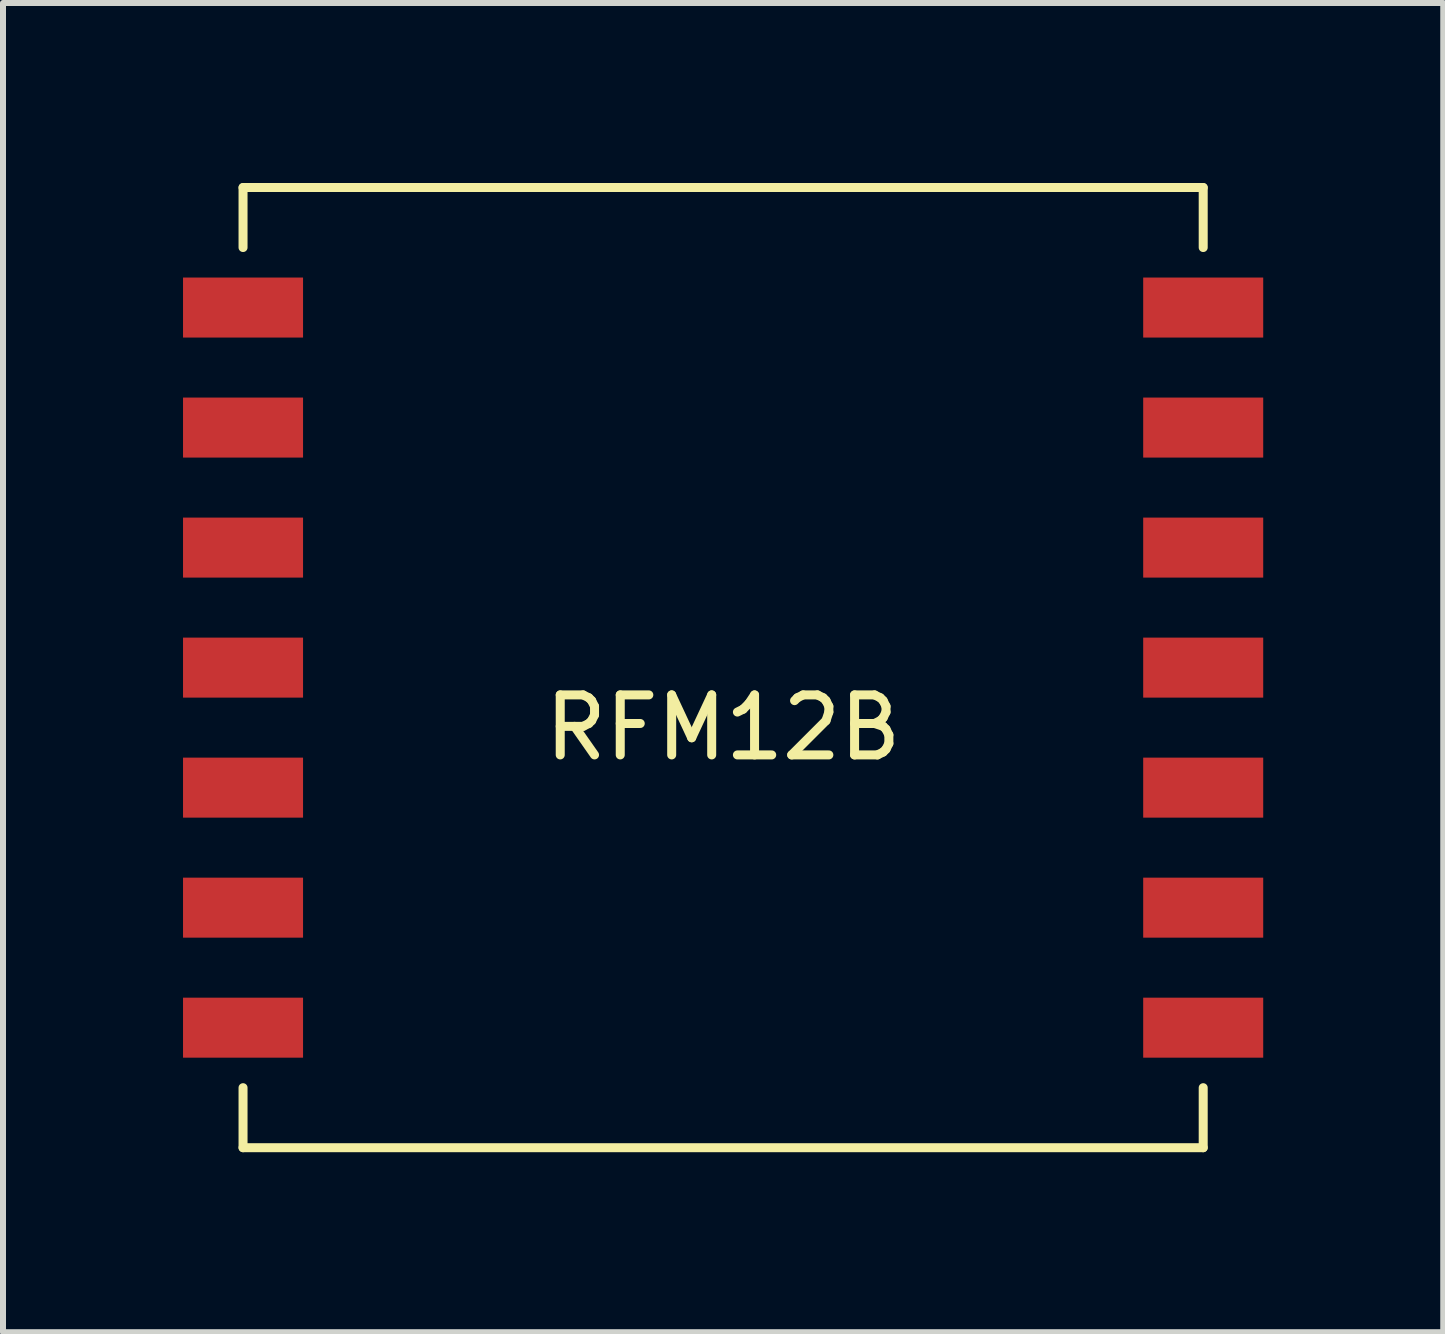
<source format=kicad_pcb>
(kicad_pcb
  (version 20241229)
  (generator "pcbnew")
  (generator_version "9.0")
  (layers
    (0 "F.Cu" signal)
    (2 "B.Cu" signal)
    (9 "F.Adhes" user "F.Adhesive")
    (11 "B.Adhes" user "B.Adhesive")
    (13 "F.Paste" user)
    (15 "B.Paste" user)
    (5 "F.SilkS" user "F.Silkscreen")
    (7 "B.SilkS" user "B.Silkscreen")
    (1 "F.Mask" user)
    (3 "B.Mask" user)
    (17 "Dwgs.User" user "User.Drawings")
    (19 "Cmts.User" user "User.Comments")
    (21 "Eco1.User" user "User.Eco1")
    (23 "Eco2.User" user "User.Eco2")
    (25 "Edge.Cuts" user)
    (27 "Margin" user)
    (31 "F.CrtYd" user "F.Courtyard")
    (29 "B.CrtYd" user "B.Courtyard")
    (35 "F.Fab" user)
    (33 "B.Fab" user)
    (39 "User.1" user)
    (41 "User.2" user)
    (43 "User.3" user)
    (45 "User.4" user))
  (footprint "RFM12B"
    (layer "F.Cu")
    (at 9 8.075)
    (property "Reference" "RFM12B" (at 0 1 0) (layer "F.SilkS") (effects (font (size 1 1) (thickness 0.15))))
    (attr through_hole)
    (fp_line (start -8 -8) (end 8 -8) (stroke (width 0.15) (type solid)) (layer "F.SilkS"))
    (fp_line (start -8 -7) (end -8 -8) (stroke (width 0.15) (type solid)) (layer "F.SilkS"))
    (fp_line (start -8 7) (end -8 8) (stroke (width 0.15) (type solid)) (layer "F.SilkS"))
    (fp_line (start -8 8) (end 8 8) (stroke (width 0.15) (type solid)) (layer "F.SilkS"))
    (fp_line (start 8 -8) (end 8 -7) (stroke (width 0.15) (type solid)) (layer "F.SilkS"))
    (fp_line (start 8 8) (end 8 7) (stroke (width 0.15) (type solid)) (layer "F.SilkS"))
    (pad "1" smd rect (at -8 -6) (size 2 1) (layers "F.Cu" "F.Mask" "F.Paste"))
    (pad "2" smd rect (at -8 -4) (size 2 1) (layers "F.Cu" "F.Mask" "F.Paste"))
    (pad "3" smd rect (at -8 -2) (size 2 1) (layers "F.Cu" "F.Mask" "F.Paste"))
    (pad "4" smd rect (at -8 0) (size 2 1) (layers "F.Cu" "F.Mask" "F.Paste"))
    (pad "5" smd rect (at -8 2) (size 2 1) (layers "F.Cu" "F.Mask" "F.Paste"))
    (pad "6" smd rect (at -8 4) (size 2 1) (layers "F.Cu" "F.Mask" "F.Paste"))
    (pad "7" smd rect (at -8 6) (size 2 1) (layers "F.Cu" "F.Mask" "F.Paste"))
    (pad "8" smd rect (at 8 6) (size 2 1) (layers "F.Cu" "F.Mask" "F.Paste"))
    (pad "9" smd rect (at 8 4) (size 2 1) (layers "F.Cu" "F.Mask" "F.Paste"))
    (pad "10" smd rect (at 8 2) (size 2 1) (layers "F.Cu" "F.Mask" "F.Paste"))
    (pad "11" smd rect (at 8 0) (size 2 1) (layers "F.Cu" "F.Mask" "F.Paste"))
    (pad "12" smd rect (at 8 -2) (size 2 1) (layers "F.Cu" "F.Mask" "F.Paste"))
    (pad "13" smd rect (at 8 -4) (size 2 1) (layers "F.Cu" "F.Mask" "F.Paste"))
    (pad "14" smd rect (at 8 -6) (size 2 1) (layers "F.Cu" "F.Mask" "F.Paste")))
  (gr_rect
    (start -3 -3)
    (end 21 19.15)
    (stroke (width 0.1) (type default))
    (fill no)
    (layer "Edge.Cuts")))
</source>
